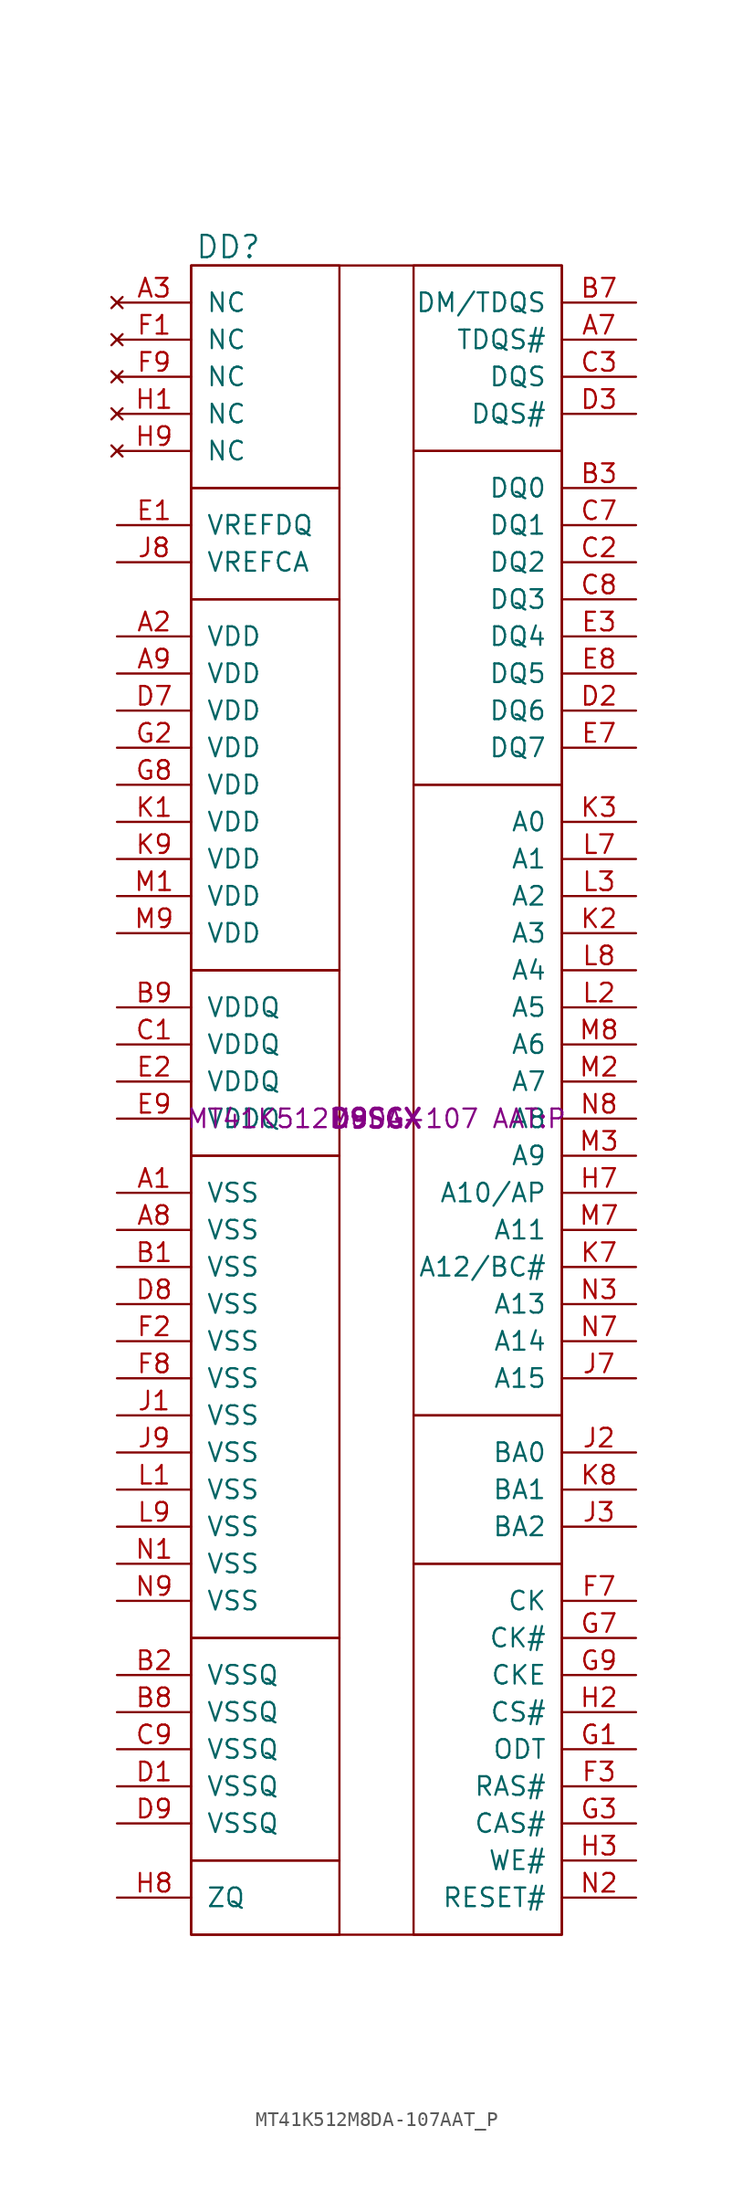
<source format=kicad_sym>
(kicad_symbol_lib
  (version 20211014)
  (generator kicad_symbol_editor)
  (symbol "MT41K512M8DA-107AAT_P"
    (pin_names
      (offset 1.016))
    (property "Reference" "DD"
      (at -10.16 59.69 0)
      (effects (font (size 1.524 1.524))))
    (property "p/n" "MT41K512M8DA-107 AAT:P"
      (at 0 0 0)
      (effects (font (size 1.27 1.27))))
    (property "Mark" "D9SGX"
      (at 0 0 0)
      (effects (font (size 1.27 1.27) bold)))
    (symbol "MT41K512M8DA-107AAT_P_0_1"
      (rectangle (start -12.7 -50.8) (end -2.54 -55.88) (stroke (width 0) (type default) (color 0 0 0 0)) (fill (type none)))
      (rectangle (start -12.7 -35.56) (end -2.54 -50.8) (stroke (width 0) (type default) (color 0 0 0 0)) (fill (type none)))
      (rectangle (start -12.7 -2.54) (end -2.54 -35.56) (stroke (width 0) (type default) (color 0 0 0 0)) (fill (type none)))
      (rectangle (start -12.7 10.16) (end -2.54 -2.54) (stroke (width 0) (type default) (color 0 0 0 0)) (fill (type none)))
      (rectangle (start -12.7 35.56) (end -2.54 10.16) (stroke (width 0) (type default) (color 0 0 0 0)) (fill (type none)))
      (rectangle (start -12.7 43.18) (end -2.54 35.56) (stroke (width 0) (type default) (color 0 0 0 0)) (fill (type none)))
      (rectangle (start -12.7 58.42) (end -2.54 43.18) (stroke (width 0) (type default) (color 0 0 0 0)) (fill (type none)))
      (rectangle (start -12.7 58.42) (end 12.7 -55.88) (stroke (width 0) (type default) (color 0 0 0 0)) (fill (type none)))
      (rectangle (start 2.54 -30.48) (end 12.7 -55.88) (stroke (width 0) (type default) (color 0 0 0 0)) (fill (type none)))
      (rectangle (start 2.54 -20.32) (end 12.7 -30.48) (stroke (width 0) (type default) (color 0 0 0 0)) (fill (type none)))
      (rectangle (start 2.54 22.86) (end 12.7 -20.32) (stroke (width 0) (type default) (color 0 0 0 0)) (fill (type none)))
      (rectangle (start 2.54 45.72) (end 12.7 22.86) (stroke (width 0) (type default) (color 0 0 0 0)) (fill (type none)))
      (rectangle (start 2.54 58.42) (end 12.7 45.72) (stroke (width 0) (type default) (color 0 0 0 0)) (fill (type none))))
    (symbol "MT41K512M8DA-107AAT_P_1_1"
      (pin passive line (at -17.78 -5.08 0) (length 5.08) (name "VSS" (effects (font (size 1.27 1.27)))) (number "A1" (effects (font (size 1.27 1.27)))))
      (pin passive line (at -17.78 33.02 0) (length 5.08) (name "VDD" (effects (font (size 1.27 1.27)))) (number "A2" (effects (font (size 1.27 1.27)))))
      (pin no_connect line (at -17.78 55.88 0) (length 5.08) (name "NC" (effects (font (size 1.27 1.27)))) (number "A3" (effects (font (size 1.27 1.27)))))
      (pin passive line (at 17.78 53.34 180) (length 5.08) (name "TDQS#" (effects (font (size 1.27 1.27)))) (number "A7" (effects (font (size 1.27 1.27)))))
      (pin passive line (at -17.78 -7.62 0) (length 5.08) (name "VSS" (effects (font (size 1.27 1.27)))) (number "A8" (effects (font (size 1.27 1.27)))))
      (pin passive line (at -17.78 30.48 0) (length 5.08) (name "VDD" (effects (font (size 1.27 1.27)))) (number "A9" (effects (font (size 1.27 1.27)))))
      (pin passive line (at -17.78 -10.16 0) (length 5.08) (name "VSS" (effects (font (size 1.27 1.27)))) (number "B1" (effects (font (size 1.27 1.27)))))
      (pin passive line (at -17.78 -38.1 0) (length 5.08) (name "VSSQ" (effects (font (size 1.27 1.27)))) (number "B2" (effects (font (size 1.27 1.27)))))
      (pin passive line (at 17.78 43.18 180) (length 5.08) (name "DQ0" (effects (font (size 1.27 1.27)))) (number "B3" (effects (font (size 1.27 1.27)))))
      (pin passive line (at 17.78 55.88 180) (length 5.08) (name "DM/TDQS" (effects (font (size 1.27 1.27)))) (number "B7" (effects (font (size 1.27 1.27)))))
      (pin passive line (at -17.78 -40.64 0) (length 5.08) (name "VSSQ" (effects (font (size 1.27 1.27)))) (number "B8" (effects (font (size 1.27 1.27)))))
      (pin passive line (at -17.78 7.62 0) (length 5.08) (name "VDDQ" (effects (font (size 1.27 1.27)))) (number "B9" (effects (font (size 1.27 1.27)))))
      (pin passive line (at -17.78 5.08 0) (length 5.08) (name "VDDQ" (effects (font (size 1.27 1.27)))) (number "C1" (effects (font (size 1.27 1.27)))))
      (pin passive line (at 17.78 38.1 180) (length 5.08) (name "DQ2" (effects (font (size 1.27 1.27)))) (number "C2" (effects (font (size 1.27 1.27)))))
      (pin passive line (at 17.78 50.8 180) (length 5.08) (name "DQS" (effects (font (size 1.27 1.27)))) (number "C3" (effects (font (size 1.27 1.27)))))
      (pin passive line (at 17.78 40.64 180) (length 5.08) (name "DQ1" (effects (font (size 1.27 1.27)))) (number "C7" (effects (font (size 1.27 1.27)))))
      (pin passive line (at 17.78 35.56 180) (length 5.08) (name "DQ3" (effects (font (size 1.27 1.27)))) (number "C8" (effects (font (size 1.27 1.27)))))
      (pin passive line (at -17.78 -43.18 0) (length 5.08) (name "VSSQ" (effects (font (size 1.27 1.27)))) (number "C9" (effects (font (size 1.27 1.27)))))
      (pin passive line (at -17.78 -45.72 0) (length 5.08) (name "VSSQ" (effects (font (size 1.27 1.27)))) (number "D1" (effects (font (size 1.27 1.27)))))
      (pin passive line (at 17.78 27.94 180) (length 5.08) (name "DQ6" (effects (font (size 1.27 1.27)))) (number "D2" (effects (font (size 1.27 1.27)))))
      (pin passive line (at 17.78 48.26 180) (length 5.08) (name "DQS#" (effects (font (size 1.27 1.27)))) (number "D3" (effects (font (size 1.27 1.27)))))
      (pin passive line (at -17.78 27.94 0) (length 5.08) (name "VDD" (effects (font (size 1.27 1.27)))) (number "D7" (effects (font (size 1.27 1.27)))))
      (pin passive line (at -17.78 -12.7 0) (length 5.08) (name "VSS" (effects (font (size 1.27 1.27)))) (number "D8" (effects (font (size 1.27 1.27)))))
      (pin passive line (at -17.78 -48.26 0) (length 5.08) (name "VSSQ" (effects (font (size 1.27 1.27)))) (number "D9" (effects (font (size 1.27 1.27)))))
      (pin passive line (at -17.78 40.64 0) (length 5.08) (name "VREFDQ" (effects (font (size 1.27 1.27)))) (number "E1" (effects (font (size 1.27 1.27)))))
      (pin passive line (at -17.78 2.54 0) (length 5.08) (name "VDDQ" (effects (font (size 1.27 1.27)))) (number "E2" (effects (font (size 1.27 1.27)))))
      (pin passive line (at 17.78 33.02 180) (length 5.08) (name "DQ4" (effects (font (size 1.27 1.27)))) (number "E3" (effects (font (size 1.27 1.27)))))
      (pin passive line (at 17.78 25.4 180) (length 5.08) (name "DQ7" (effects (font (size 1.27 1.27)))) (number "E7" (effects (font (size 1.27 1.27)))))
      (pin passive line (at 17.78 30.48 180) (length 5.08) (name "DQ5" (effects (font (size 1.27 1.27)))) (number "E8" (effects (font (size 1.27 1.27)))))
      (pin passive line (at -17.78 0 0) (length 5.08) (name "VDDQ" (effects (font (size 1.27 1.27)))) (number "E9" (effects (font (size 1.27 1.27)))))
      (pin no_connect line (at -17.78 53.34 0) (length 5.08) (name "NC" (effects (font (size 1.27 1.27)))) (number "F1" (effects (font (size 1.27 1.27)))))
      (pin passive line (at -17.78 -15.24 0) (length 5.08) (name "VSS" (effects (font (size 1.27 1.27)))) (number "F2" (effects (font (size 1.27 1.27)))))
      (pin passive line (at 17.78 -45.72 180) (length 5.08) (name "RAS#" (effects (font (size 1.27 1.27)))) (number "F3" (effects (font (size 1.27 1.27)))))
      (pin passive line (at 17.78 -33.02 180) (length 5.08) (name "CK" (effects (font (size 1.27 1.27)))) (number "F7" (effects (font (size 1.27 1.27)))))
      (pin passive line (at -17.78 -17.78 0) (length 5.08) (name "VSS" (effects (font (size 1.27 1.27)))) (number "F8" (effects (font (size 1.27 1.27)))))
      (pin no_connect line (at -17.78 50.8 0) (length 5.08) (name "NC" (effects (font (size 1.27 1.27)))) (number "F9" (effects (font (size 1.27 1.27)))))
      (pin passive line (at 17.78 -43.18 180) (length 5.08) (name "ODT" (effects (font (size 1.27 1.27)))) (number "G1" (effects (font (size 1.27 1.27)))))
      (pin passive line (at -17.78 25.4 0) (length 5.08) (name "VDD" (effects (font (size 1.27 1.27)))) (number "G2" (effects (font (size 1.27 1.27)))))
      (pin passive line (at 17.78 -48.26 180) (length 5.08) (name "CAS#" (effects (font (size 1.27 1.27)))) (number "G3" (effects (font (size 1.27 1.27)))))
      (pin passive line (at 17.78 -35.56 180) (length 5.08) (name "CK#" (effects (font (size 1.27 1.27)))) (number "G7" (effects (font (size 1.27 1.27)))))
      (pin passive line (at -17.78 22.86 0) (length 5.08) (name "VDD" (effects (font (size 1.27 1.27)))) (number "G8" (effects (font (size 1.27 1.27)))))
      (pin passive line (at 17.78 -38.1 180) (length 5.08) (name "CKE" (effects (font (size 1.27 1.27)))) (number "G9" (effects (font (size 1.27 1.27)))))
      (pin no_connect line (at -17.78 48.26 0) (length 5.08) (name "NC" (effects (font (size 1.27 1.27)))) (number "H1" (effects (font (size 1.27 1.27)))))
      (pin passive line (at 17.78 -40.64 180) (length 5.08) (name "CS#" (effects (font (size 1.27 1.27)))) (number "H2" (effects (font (size 1.27 1.27)))))
      (pin passive line (at 17.78 -50.8 180) (length 5.08) (name "WE#" (effects (font (size 1.27 1.27)))) (number "H3" (effects (font (size 1.27 1.27)))))
      (pin passive line (at 17.78 -5.08 180) (length 5.08) (name "A10/AP" (effects (font (size 1.27 1.27)))) (number "H7" (effects (font (size 1.27 1.27)))))
      (pin passive line (at -17.78 -53.34 0) (length 5.08) (name "ZQ" (effects (font (size 1.27 1.27)))) (number "H8" (effects (font (size 1.27 1.27)))))
      (pin no_connect line (at -17.78 45.72 0) (length 5.08) (name "NC" (effects (font (size 1.27 1.27)))) (number "H9" (effects (font (size 1.27 1.27)))))
      (pin passive line (at -17.78 -20.32 0) (length 5.08) (name "VSS" (effects (font (size 1.27 1.27)))) (number "J1" (effects (font (size 1.27 1.27)))))
      (pin passive line (at 17.78 -22.86 180) (length 5.08) (name "BA0" (effects (font (size 1.27 1.27)))) (number "J2" (effects (font (size 1.27 1.27)))))
      (pin passive line (at 17.78 -27.94 180) (length 5.08) (name "BA2" (effects (font (size 1.27 1.27)))) (number "J3" (effects (font (size 1.27 1.27)))))
      (pin passive line (at 17.78 -17.78 180) (length 5.08) (name "A15" (effects (font (size 1.27 1.27)))) (number "J7" (effects (font (size 1.27 1.27)))))
      (pin passive line (at -17.78 38.1 0) (length 5.08) (name "VREFCA" (effects (font (size 1.27 1.27)))) (number "J8" (effects (font (size 1.27 1.27)))))
      (pin passive line (at -17.78 -22.86 0) (length 5.08) (name "VSS" (effects (font (size 1.27 1.27)))) (number "J9" (effects (font (size 1.27 1.27)))))
      (pin passive line (at -17.78 20.32 0) (length 5.08) (name "VDD" (effects (font (size 1.27 1.27)))) (number "K1" (effects (font (size 1.27 1.27)))))
      (pin passive line (at 17.78 12.7 180) (length 5.08) (name "A3" (effects (font (size 1.27 1.27)))) (number "K2" (effects (font (size 1.27 1.27)))))
      (pin passive line (at 17.78 20.32 180) (length 5.08) (name "A0" (effects (font (size 1.27 1.27)))) (number "K3" (effects (font (size 1.27 1.27)))))
      (pin passive line (at 17.78 -10.16 180) (length 5.08) (name "A12/BC#" (effects (font (size 1.27 1.27)))) (number "K7" (effects (font (size 1.27 1.27)))))
      (pin passive line (at 17.78 -25.4 180) (length 5.08) (name "BA1" (effects (font (size 1.27 1.27)))) (number "K8" (effects (font (size 1.27 1.27)))))
      (pin passive line (at -17.78 17.78 0) (length 5.08) (name "VDD" (effects (font (size 1.27 1.27)))) (number "K9" (effects (font (size 1.27 1.27)))))
      (pin passive line (at -17.78 -25.4 0) (length 5.08) (name "VSS" (effects (font (size 1.27 1.27)))) (number "L1" (effects (font (size 1.27 1.27)))))
      (pin passive line (at 17.78 7.62 180) (length 5.08) (name "A5" (effects (font (size 1.27 1.27)))) (number "L2" (effects (font (size 1.27 1.27)))))
      (pin passive line (at 17.78 15.24 180) (length 5.08) (name "A2" (effects (font (size 1.27 1.27)))) (number "L3" (effects (font (size 1.27 1.27)))))
      (pin passive line (at 17.78 17.78 180) (length 5.08) (name "A1" (effects (font (size 1.27 1.27)))) (number "L7" (effects (font (size 1.27 1.27)))))
      (pin passive line (at 17.78 10.16 180) (length 5.08) (name "A4" (effects (font (size 1.27 1.27)))) (number "L8" (effects (font (size 1.27 1.27)))))
      (pin passive line (at -17.78 -27.94 0) (length 5.08) (name "VSS" (effects (font (size 1.27 1.27)))) (number "L9" (effects (font (size 1.27 1.27)))))
      (pin passive line (at -17.78 15.24 0) (length 5.08) (name "VDD" (effects (font (size 1.27 1.27)))) (number "M1" (effects (font (size 1.27 1.27)))))
      (pin passive line (at 17.78 2.54 180) (length 5.08) (name "A7" (effects (font (size 1.27 1.27)))) (number "M2" (effects (font (size 1.27 1.27)))))
      (pin passive line (at 17.78 -2.54 180) (length 5.08) (name "A9" (effects (font (size 1.27 1.27)))) (number "M3" (effects (font (size 1.27 1.27)))))
      (pin passive line (at 17.78 -7.62 180) (length 5.08) (name "A11" (effects (font (size 1.27 1.27)))) (number "M7" (effects (font (size 1.27 1.27)))))
      (pin passive line (at 17.78 5.08 180) (length 5.08) (name "A6" (effects (font (size 1.27 1.27)))) (number "M8" (effects (font (size 1.27 1.27)))))
      (pin passive line (at -17.78 12.7 0) (length 5.08) (name "VDD" (effects (font (size 1.27 1.27)))) (number "M9" (effects (font (size 1.27 1.27)))))
      (pin passive line (at -17.78 -30.48 0) (length 5.08) (name "VSS" (effects (font (size 1.27 1.27)))) (number "N1" (effects (font (size 1.27 1.27)))))
      (pin passive line (at 17.78 -53.34 180) (length 5.08) (name "RESET#" (effects (font (size 1.27 1.27)))) (number "N2" (effects (font (size 1.27 1.27)))))
      (pin passive line (at 17.78 -12.7 180) (length 5.08) (name "A13" (effects (font (size 1.27 1.27)))) (number "N3" (effects (font (size 1.27 1.27)))))
      (pin passive line (at 17.78 -15.24 180) (length 5.08) (name "A14" (effects (font (size 1.27 1.27)))) (number "N7" (effects (font (size 1.27 1.27)))))
      (pin passive line (at 17.78 0 180) (length 5.08) (name "A8" (effects (font (size 1.27 1.27)))) (number "N8" (effects (font (size 1.27 1.27)))))
      (pin passive line (at -17.78 -33.02 0) (length 5.08) (name "VSS" (effects (font (size 1.27 1.27)))) (number "N9" (effects (font (size 1.27 1.27))))))))
</source>
